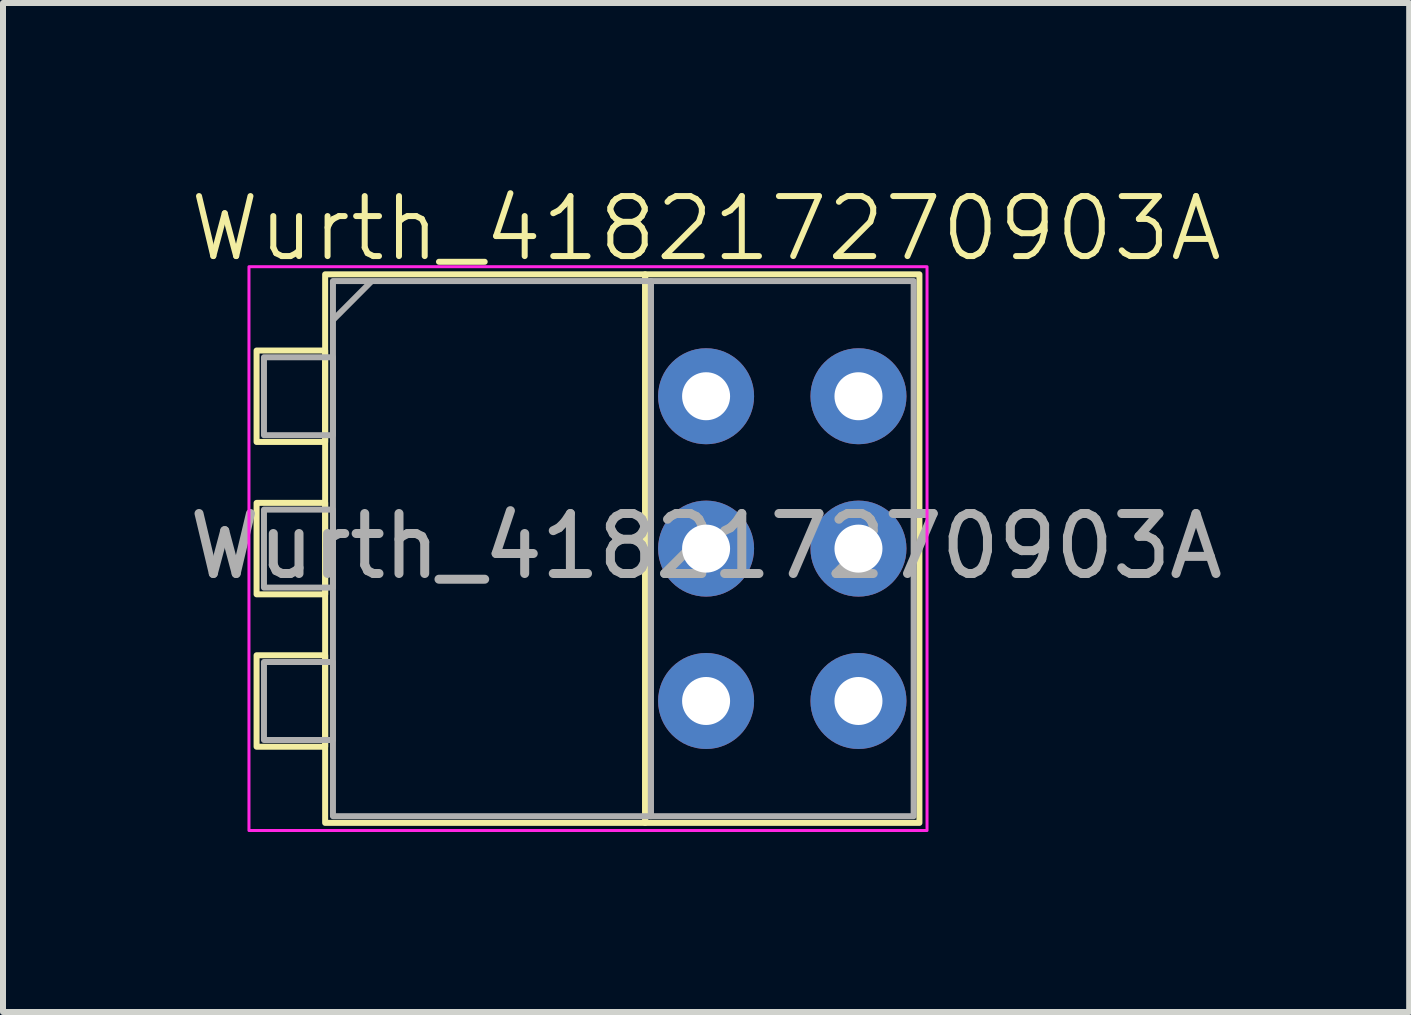
<source format=kicad_pcb>
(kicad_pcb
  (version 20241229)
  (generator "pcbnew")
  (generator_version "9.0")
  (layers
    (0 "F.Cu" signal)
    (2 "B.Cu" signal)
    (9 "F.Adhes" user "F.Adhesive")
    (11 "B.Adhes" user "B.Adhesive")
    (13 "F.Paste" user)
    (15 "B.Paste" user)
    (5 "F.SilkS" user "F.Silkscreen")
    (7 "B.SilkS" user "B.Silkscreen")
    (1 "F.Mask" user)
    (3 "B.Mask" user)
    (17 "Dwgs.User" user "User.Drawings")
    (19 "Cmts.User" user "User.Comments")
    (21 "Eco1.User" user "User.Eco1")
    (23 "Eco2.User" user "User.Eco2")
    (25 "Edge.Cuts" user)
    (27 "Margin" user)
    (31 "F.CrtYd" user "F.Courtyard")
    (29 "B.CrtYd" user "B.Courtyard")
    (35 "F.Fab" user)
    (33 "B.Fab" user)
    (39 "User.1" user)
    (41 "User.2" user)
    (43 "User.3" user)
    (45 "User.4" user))
  (footprint "Wurth_418217270903A"
    (layer "F.Cu")
    (at 8.72 6.095)
    (property "Reference" "Wurth_418217270903A" (at 0 -5.334 0) (unlocked yes) (layer "F.SilkS") (effects (font (size 1 1) (thickness 0.1))))
    (attr through_hole)
    (fp_rect (start -6.35 -3.302) (end -7.493 -1.778) (stroke (width 0.1) (type default)) (fill no) (layer "F.SilkS"))
    (fp_rect (start -6.35 -0.762) (end -7.493 0.762) (stroke (width 0.1) (type default)) (fill no) (layer "F.SilkS"))
    (fp_rect (start -6.35 1.778) (end -7.493 3.302) (stroke (width 0.1) (type default)) (fill no) (layer "F.SilkS"))
    (fp_rect (start -1.016 -4.572) (end -6.35 4.572) (stroke (width 0.1) (type default)) (fill no) (layer "F.SilkS"))
    (fp_rect (start -1.016 -4.572) (end 3.556 4.572) (stroke (width 0.1) (type default)) (fill no) (layer "F.SilkS"))
    (fp_rect (start 3.683 -4.699) (end -7.62 4.699) (stroke (width 0.05) (type default)) (fill no) (layer "F.CrtYd"))
    (fp_line (start -6.22 -3.81) (end -5.588 -4.445) (stroke (width 0.1) (type default)) (layer "F.Fab"))
    (fp_rect (start -7.37 -3.19) (end -6.22 -1.89) (stroke (width 0.1) (type default)) (fill no) (layer "F.Fab"))
    (fp_rect (start -7.37 -0.65) (end -6.22 0.65) (stroke (width 0.1) (type default)) (fill no) (layer "F.Fab"))
    (fp_rect (start -7.37 1.89) (end -6.22 3.19) (stroke (width 0.1) (type default)) (fill no) (layer "F.Fab"))
    (fp_rect (start -6.22 -4.46) (end -0.92 4.46) (stroke (width 0.1) (type default)) (fill no) (layer "F.Fab"))
    (fp_rect (start -0.92 -4.46) (end 3.46 4.46) (stroke (width 0.1) (type default)) (fill no) (layer "F.Fab"))
    (fp_text user "${REFERENCE}" (at 0 -0.04 0) (unlocked yes) (layer "F.Fab") (effects (font (size 1 1) (thickness 0.15))))
    (pad "1" thru_hole circle (at 0 -2.54) (size 1.6 1.6) (drill 0.8) (layers "*.Cu" "*.Mask"))
    (pad "2" thru_hole circle (at 0 0) (size 1.6 1.6) (drill 0.8) (layers "*.Cu" "*.Mask"))
    (pad "3" thru_hole circle (at 0 2.54) (size 1.6 1.6) (drill 0.8) (layers "*.Cu" "*.Mask"))
    (pad "4" thru_hole circle (at 2.54 -2.54) (size 1.6 1.6) (drill 0.8) (layers "*.Cu" "*.Mask"))
    (pad "5" thru_hole circle (at 2.54 0) (size 1.6 1.6) (drill 0.8) (layers "*.Cu" "*.Mask"))
    (pad "6" thru_hole circle (at 2.54 2.54) (size 1.6 1.6) (drill 0.8) (layers "*.Cu" "*.Mask")))
  (gr_rect
    (start -3 -3)
    (end 20.44 13.819)
    (stroke (width 0.1) (type default))
    (fill no)
    (layer "Edge.Cuts")))
</source>
